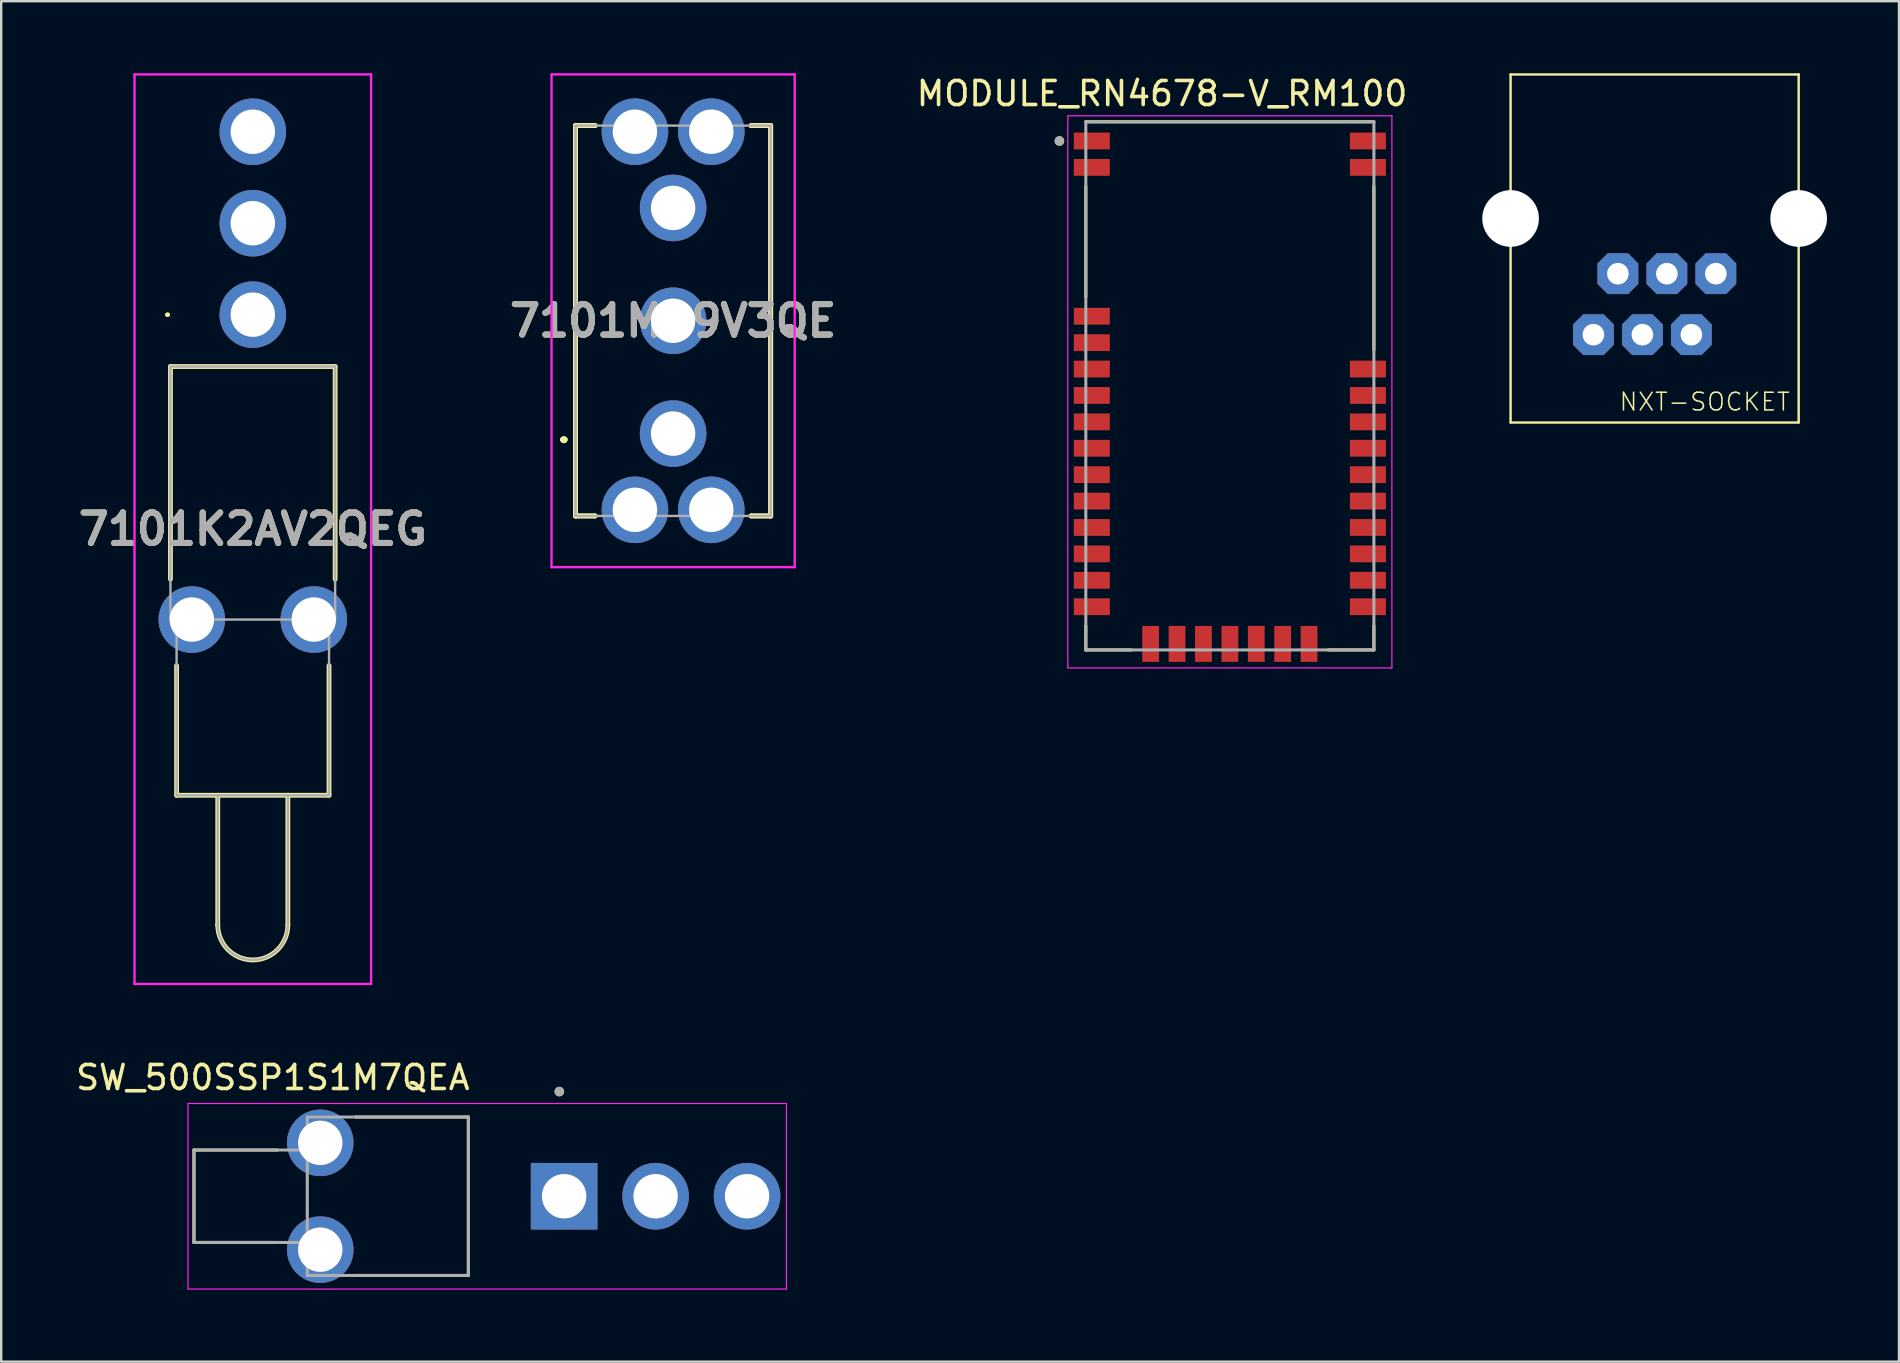
<source format=kicad_pcb>
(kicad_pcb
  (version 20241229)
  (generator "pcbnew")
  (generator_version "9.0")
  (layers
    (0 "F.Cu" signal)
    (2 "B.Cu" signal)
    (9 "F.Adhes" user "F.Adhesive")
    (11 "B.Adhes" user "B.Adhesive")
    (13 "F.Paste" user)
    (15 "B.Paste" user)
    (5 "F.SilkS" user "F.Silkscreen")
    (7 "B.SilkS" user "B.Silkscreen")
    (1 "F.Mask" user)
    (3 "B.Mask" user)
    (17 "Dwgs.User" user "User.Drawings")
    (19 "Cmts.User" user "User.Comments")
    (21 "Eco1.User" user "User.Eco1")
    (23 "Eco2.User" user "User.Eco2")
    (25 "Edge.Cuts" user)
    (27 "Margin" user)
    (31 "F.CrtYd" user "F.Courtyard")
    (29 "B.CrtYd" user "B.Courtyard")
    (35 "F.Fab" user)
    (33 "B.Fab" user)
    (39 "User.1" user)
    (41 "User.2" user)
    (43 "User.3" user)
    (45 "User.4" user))
  (footprint "SW_500SSP1S1M7QEA"
    (layer "F.Cu")
    (at 17.245 46.781)
    (property "Reference" "SW_500SSP1S1M7QEA" (at -8.93 -4.945 0) (layer "F.SilkS") (effects (font (size 1 1) (thickness 0.15))))
    (attr through_hole)
    (fp_line (start -12.215 -1.925) (end -12.215 1.925) (stroke (width 0.127) (type solid)) (layer "F.SilkS"))
    (fp_line (start -12.215 1.925) (end -8.735 1.925) (stroke (width 0.127) (type solid)) (layer "F.SilkS"))
    (fp_line (start -8.735 -1.925) (end -12.215 -1.925) (stroke (width 0.127) (type solid)) (layer "F.SilkS"))
    (fp_line (start -5.48 -3.3) (end -0.785 -3.3) (stroke (width 0.127) (type solid)) (layer "F.SilkS"))
    (fp_line (start -0.785 -3.3) (end -0.785 3.3) (stroke (width 0.127) (type solid)) (layer "F.SilkS"))
    (fp_line (start -0.785 3.3) (end -5.48 3.3) (stroke (width 0.127) (type solid)) (layer "F.SilkS"))
    (fp_circle (center 3.005 -4.36) (end 3.105 -4.36) (stroke (width 0.2) (type solid)) (fill no) (layer "F.SilkS"))
    (fp_line (start -12.465 -3.865) (end 12.465 -3.865) (stroke (width 0.05) (type solid)) (layer "F.CrtYd"))
    (fp_line (start -12.465 3.865) (end -12.465 -3.865) (stroke (width 0.05) (type solid)) (layer "F.CrtYd"))
    (fp_line (start 12.465 -3.865) (end 12.465 3.865) (stroke (width 0.05) (type solid)) (layer "F.CrtYd"))
    (fp_line (start 12.465 3.865) (end -12.465 3.865) (stroke (width 0.05) (type solid)) (layer "F.CrtYd"))
    (fp_line (start -12.215 -1.925) (end -12.215 1.925) (stroke (width 0.127) (type solid)) (layer "F.Fab"))
    (fp_line (start -12.215 1.925) (end -7.495 1.925) (stroke (width 0.127) (type solid)) (layer "F.Fab"))
    (fp_line (start -7.495 -3.3) (end -0.785 -3.3) (stroke (width 0.127) (type solid)) (layer "F.Fab"))
    (fp_line (start -7.495 -1.925) (end -12.215 -1.925) (stroke (width 0.127) (type solid)) (layer "F.Fab"))
    (fp_line (start -7.495 -1.925) (end -7.495 -3.3) (stroke (width 0.127) (type solid)) (layer "F.Fab"))
    (fp_line (start -7.495 1.925) (end -7.495 -1.925) (stroke (width 0.127) (type solid)) (layer "F.Fab"))
    (fp_line (start -7.495 3.3) (end -7.495 1.925) (stroke (width 0.127) (type solid)) (layer "F.Fab"))
    (fp_line (start -0.785 -3.3) (end -0.785 3.3) (stroke (width 0.127) (type solid)) (layer "F.Fab"))
    (fp_line (start -0.785 3.3) (end -7.495 3.3) (stroke (width 0.127) (type solid)) (layer "F.Fab"))
    (fp_circle (center 3.005 -4.36) (end 3.105 -4.36) (stroke (width 0.2) (type solid)) (fill no) (layer "F.Fab"))
    (pad "1" thru_hole rect (at 3.205 0) (size 2.775 2.775) (drill 1.85) (layers "*.Cu" "*.Mask"))
    (pad "2" thru_hole circle (at 7.015 0) (size 2.775 2.775) (drill 1.85) (layers "*.Cu" "*.Mask"))
    (pad "3" thru_hole circle (at 10.825 0) (size 2.775 2.775) (drill 1.85) (layers "*.Cu" "*.Mask"))
    (pad "SH1" thru_hole circle (at -6.955 2.225) (size 2.775 2.775) (drill 1.85) (layers "*.Cu" "*.Mask"))
    (pad "SH2" thru_hole circle (at -6.955 -2.225) (size 2.775 2.775) (drill 1.85) (layers "*.Cu" "*.Mask")))
  (footprint "7101MD9V3QE"
    (layer "F.Cu")
    (at 24.989 15.012)
    (property "Reference" "7101MD9V3QE" (at 0 -4.7 0) (layer "F.SilkS") (effects (font (size 1.27 1.27) (thickness 0.254))))
    (attr through_hole)
    (fp_line (start -4.6 0.25) (end -4.6 0.25) (stroke (width 0.2) (type solid)) (layer "F.SilkS"))
    (fp_line (start -4.6 0.25) (end -4.6 0.25) (stroke (width 0.2) (type solid)) (layer "F.SilkS"))
    (fp_line (start -4.5 0.25) (end -4.5 0.25) (stroke (width 0.2) (type solid)) (layer "F.SilkS"))
    (fp_line (start -4.065 -12.83) (end -4.065 -12.83) (stroke (width 0.2) (type solid)) (layer "F.SilkS"))
    (fp_line (start -4.065 -12.83) (end -4.065 -12.83) (stroke (width 0.2) (type solid)) (layer "F.SilkS"))
    (fp_line (start -4.065 -12.83) (end -4.065 3.43) (stroke (width 0.2) (type solid)) (layer "F.SilkS"))
    (fp_line (start -4.065 -12.83) (end -3.25 -12.83) (stroke (width 0.2) (type solid)) (layer "F.SilkS"))
    (fp_line (start -4.065 3.43) (end -4.065 -12.83) (stroke (width 0.2) (type solid)) (layer "F.SilkS"))
    (fp_line (start -4.065 3.43) (end -4.065 3.43) (stroke (width 0.2) (type solid)) (layer "F.SilkS"))
    (fp_line (start -4.065 3.43) (end -4.065 3.43) (stroke (width 0.2) (type solid)) (layer "F.SilkS"))
    (fp_line (start -4.065 3.43) (end -3.25 3.43) (stroke (width 0.2) (type solid)) (layer "F.SilkS"))
    (fp_line (start -3.25 -12.83) (end -4.065 -12.83) (stroke (width 0.2) (type solid)) (layer "F.SilkS"))
    (fp_line (start -3.25 -12.83) (end -3.25 -12.83) (stroke (width 0.2) (type solid)) (layer "F.SilkS"))
    (fp_line (start -3.25 3.43) (end -4.065 3.43) (stroke (width 0.2) (type solid)) (layer "F.SilkS"))
    (fp_line (start -3.25 3.43) (end -3.25 3.43) (stroke (width 0.2) (type solid)) (layer "F.SilkS"))
    (fp_line (start 3.25 -12.83) (end 3.25 -12.83) (stroke (width 0.2) (type solid)) (layer "F.SilkS"))
    (fp_line (start 3.25 -12.83) (end 4.065 -12.83) (stroke (width 0.2) (type solid)) (layer "F.SilkS"))
    (fp_line (start 3.25 3.43) (end 3.25 3.43) (stroke (width 0.2) (type solid)) (layer "F.SilkS"))
    (fp_line (start 3.25 3.43) (end 4.065 3.43) (stroke (width 0.2) (type solid)) (layer "F.SilkS"))
    (fp_line (start 4.065 -12.83) (end 3.25 -12.83) (stroke (width 0.2) (type solid)) (layer "F.SilkS"))
    (fp_line (start 4.065 -12.83) (end 4.065 -12.83) (stroke (width 0.2) (type solid)) (layer "F.SilkS"))
    (fp_line (start 4.065 -12.83) (end 4.065 -12.83) (stroke (width 0.2) (type solid)) (layer "F.SilkS"))
    (fp_line (start 4.065 -12.83) (end 4.065 3.43) (stroke (width 0.2) (type solid)) (layer "F.SilkS"))
    (fp_line (start 4.065 3.43) (end 3.25 3.43) (stroke (width 0.2) (type solid)) (layer "F.SilkS"))
    (fp_line (start 4.065 3.43) (end 4.065 -12.83) (stroke (width 0.2) (type solid)) (layer "F.SilkS"))
    (fp_line (start 4.065 3.43) (end 4.065 3.43) (stroke (width 0.2) (type solid)) (layer "F.SilkS"))
    (fp_line (start 4.065 3.43) (end 4.065 3.43) (stroke (width 0.2) (type solid)) (layer "F.SilkS"))
    (fp_arc (start -4.6 0.25) (mid -4.55 0.2) (end -4.5 0.25) (stroke (width 0.2) (type solid)) (layer "F.SilkS"))
    (fp_arc (start -4.5 0.25) (mid -4.55 0.3) (end -4.6 0.25) (stroke (width 0.2) (type solid)) (layer "F.SilkS"))
    (fp_arc (start -4.5 0.25) (mid -4.55 0.3) (end -4.6 0.25) (stroke (width 0.2) (type solid)) (layer "F.SilkS"))
    (fp_line (start -5.065 -14.962) (end 5.065 -14.962) (stroke (width 0.1) (type solid)) (layer "F.CrtYd"))
    (fp_line (start -5.065 5.563) (end -5.065 -14.962) (stroke (width 0.1) (type solid)) (layer "F.CrtYd"))
    (fp_line (start 5.065 -14.962) (end 5.065 5.563) (stroke (width 0.1) (type solid)) (layer "F.CrtYd"))
    (fp_line (start 5.065 5.563) (end -5.065 5.563) (stroke (width 0.1) (type solid)) (layer "F.CrtYd"))
    (fp_line (start -4.065 -12.83) (end -4.065 3.43) (stroke (width 0.1) (type solid)) (layer "F.Fab"))
    (fp_line (start -4.065 3.43) (end 4.065 3.43) (stroke (width 0.1) (type solid)) (layer "F.Fab"))
    (fp_line (start 4.065 -12.83) (end -4.065 -12.83) (stroke (width 0.1) (type solid)) (layer "F.Fab"))
    (fp_line (start 4.065 3.43) (end 4.065 -12.83) (stroke (width 0.1) (type solid)) (layer "F.Fab"))
    (fp_text user "${REFERENCE}" (at 0 -4.7 0) (layer "F.Fab") (effects (font (size 1.27 1.27) (thickness 0.254))))
    (pad "1" thru_hole circle (at 0 0) (size 2.775 2.775) (drill 1.85) (layers "*.Cu" "*.Mask"))
    (pad "2" thru_hole circle (at 0 -4.7) (size 2.775 2.775) (drill 1.85) (layers "*.Cu" "*.Mask"))
    (pad "3" thru_hole circle (at 0 -9.4) (size 2.775 2.775) (drill 1.85) (layers "*.Cu" "*.Mask"))
    (pad "MH1" thru_hole circle (at -1.59 3.175) (size 2.775 2.775) (drill 1.85) (layers "*.Cu" "*.Mask"))
    (pad "MH2" thru_hole circle (at 1.59 3.175) (size 2.775 2.775) (drill 1.85) (layers "*.Cu" "*.Mask"))
    (pad "MH3" thru_hole circle (at -1.59 -12.575) (size 2.775 2.775) (drill 1.85) (layers "*.Cu" "*.Mask"))
    (pad "MH4" thru_hole circle (at 1.59 -12.575) (size 2.775 2.775) (drill 1.85) (layers "*.Cu" "*.Mask")))
  (footprint "7101K2AV2QEG"
    (layer "F.Cu")
    (at 7.481 10.058)
    (property "Reference" "7101K2AV2QEG" (at 0 8.936 0) (layer "F.SilkS") (effects (font (size 1.27 1.27) (thickness 0.254))))
    (attr through_hole)
    (fp_line (start -3.6 0) (end -3.6 0) (stroke (width 0.1) (type solid)) (layer "F.SilkS"))
    (fp_line (start -3.5 0) (end -3.5 0) (stroke (width 0.1) (type solid)) (layer "F.SilkS"))
    (fp_line (start -3.43 2.16) (end 3.43 2.16) (stroke (width 0.2) (type solid)) (layer "F.SilkS"))
    (fp_line (start -3.43 11.02) (end -3.43 2.16) (stroke (width 0.2) (type solid)) (layer "F.SilkS"))
    (fp_line (start -3.175 14.62) (end -3.175 20.02) (stroke (width 0.2) (type solid)) (layer "F.SilkS"))
    (fp_line (start -3.175 20.02) (end 3.175 20.02) (stroke (width 0.2) (type solid)) (layer "F.SilkS"))
    (fp_line (start -1.46 20.02) (end -1.46 25.42) (stroke (width 0.2) (type solid)) (layer "F.SilkS"))
    (fp_line (start -1.46 25.42) (end -1.46 25.42) (stroke (width 0.2) (type solid)) (layer "F.SilkS"))
    (fp_line (start 1.46 25.42) (end 1.46 20.02) (stroke (width 0.2) (type solid)) (layer "F.SilkS"))
    (fp_line (start 3.175 20.02) (end 3.175 14.62) (stroke (width 0.2) (type solid)) (layer "F.SilkS"))
    (fp_line (start 3.43 2.16) (end 3.43 11.02) (stroke (width 0.2) (type solid)) (layer "F.SilkS"))
    (fp_arc (start -3.6 0) (mid -3.55 -0.05) (end -3.5 0) (stroke (width 0.1) (type solid)) (layer "F.SilkS"))
    (fp_arc (start -3.5 0) (mid -3.55 0.05) (end -3.6 0) (stroke (width 0.1) (type solid)) (layer "F.SilkS"))
    (fp_arc (start 1.46 25.42) (mid 0 26.88) (end -1.46 25.42) (stroke (width 0.2) (type solid)) (layer "F.SilkS"))
    (fp_line (start -4.928 -10.008) (end 4.928 -10.008) (stroke (width 0.1) (type solid)) (layer "F.CrtYd"))
    (fp_line (start -4.928 27.88) (end -4.928 -10.008) (stroke (width 0.1) (type solid)) (layer "F.CrtYd"))
    (fp_line (start 4.928 -10.008) (end 4.928 27.88) (stroke (width 0.1) (type solid)) (layer "F.CrtYd"))
    (fp_line (start 4.928 27.88) (end -4.928 27.88) (stroke (width 0.1) (type solid)) (layer "F.CrtYd"))
    (fp_line (start -3.43 2.16) (end 3.43 2.16) (stroke (width 0.1) (type solid)) (layer "F.Fab"))
    (fp_line (start -3.43 12.7) (end -3.43 2.16) (stroke (width 0.1) (type solid)) (layer "F.Fab"))
    (fp_line (start -3.175 12.7) (end -3.175 20.02) (stroke (width 0.1) (type solid)) (layer "F.Fab"))
    (fp_line (start -3.175 20.02) (end 3.175 20.02) (stroke (width 0.1) (type solid)) (layer "F.Fab"))
    (fp_line (start -1.46 20.02) (end -1.46 25.42) (stroke (width 0.1) (type solid)) (layer "F.Fab"))
    (fp_line (start -1.46 25.42) (end -1.46 25.42) (stroke (width 0.1) (type solid)) (layer "F.Fab"))
    (fp_line (start 1.46 25.42) (end 1.46 20.02) (stroke (width 0.1) (type solid)) (layer "F.Fab"))
    (fp_line (start 3.175 20.02) (end 3.175 12.7) (stroke (width 0.1) (type solid)) (layer "F.Fab"))
    (fp_line (start 3.43 2.16) (end 3.43 12.7) (stroke (width 0.1) (type solid)) (layer "F.Fab"))
    (fp_line (start 3.43 12.7) (end -3.43 12.7) (stroke (width 0.1) (type solid)) (layer "F.Fab"))
    (fp_arc (start 1.46 25.42) (mid 0 26.88) (end -1.46 25.42) (stroke (width 0.1) (type solid)) (layer "F.Fab"))
    (fp_text user "${REFERENCE}" (at 0 8.936 0) (layer "F.Fab") (effects (font (size 1.27 1.27) (thickness 0.254))))
    (pad "1" thru_hole circle (at 0 0) (size 2.775 2.775) (drill 1.85) (layers "*.Cu" "*.Mask"))
    (pad "2" thru_hole circle (at 0 -3.81) (size 2.775 2.775) (drill 1.85) (layers "*.Cu" "*.Mask"))
    (pad "3" thru_hole circle (at 0 -7.62) (size 2.775 2.775) (drill 1.85) (layers "*.Cu" "*.Mask"))
    (pad "MH1" thru_hole circle (at -2.54 12.7) (size 2.775 2.775) (drill 1.85) (layers "*.Cu" "*.Mask"))
    (pad "MH2" thru_hole circle (at 2.54 12.7) (size 2.775 2.775) (drill 1.85) (layers "*.Cu" "*.Mask")))
  (footprint "MODULE_RN4678-V_RM100"
    (layer "F.Cu")
    (at 48.181 13.023)
    (property "Reference" "MODULE_RN4678-V_RM100" (at -2.825 -12.175 0) (layer "F.SilkS") (effects (font (size 1 1) (thickness 0.15))))
    (attr smd)
    (fp_line (start -6 -11) (end 6 -11) (stroke (width 0.127) (type solid)) (layer "F.SilkS"))
    (fp_line (start -6 -8.3) (end -6 -3.7) (stroke (width 0.127) (type solid)) (layer "F.SilkS"))
    (fp_line (start -6 10) (end -6 11) (stroke (width 0.127) (type solid)) (layer "F.SilkS"))
    (fp_line (start -6 11) (end -4.1 11) (stroke (width 0.127) (type solid)) (layer "F.SilkS"))
    (fp_line (start 4.1 11) (end 6 11) (stroke (width 0.127) (type solid)) (layer "F.SilkS"))
    (fp_line (start 6 -8.3) (end 6 -1.5) (stroke (width 0.127) (type solid)) (layer "F.SilkS"))
    (fp_line (start 6 11) (end 6 10) (stroke (width 0.127) (type solid)) (layer "F.SilkS"))
    (fp_circle (center -7.1 -10.2) (end -7 -10.2) (stroke (width 0.2) (type solid)) (fill no) (layer "F.SilkS"))
    (fp_line (start -6.75 -11.25) (end 6.75 -11.25) (stroke (width 0.05) (type solid)) (layer "F.CrtYd"))
    (fp_line (start -6.75 11.75) (end -6.75 -11.25) (stroke (width 0.05) (type solid)) (layer "F.CrtYd"))
    (fp_line (start 6.75 -11.25) (end 6.75 11.75) (stroke (width 0.05) (type solid)) (layer "F.CrtYd"))
    (fp_line (start 6.75 11.75) (end -6.75 11.75) (stroke (width 0.05) (type solid)) (layer "F.CrtYd"))
    (fp_line (start -6 -11) (end 6 -11) (stroke (width 0.127) (type solid)) (layer "F.Fab"))
    (fp_line (start -6 11) (end -6 -11) (stroke (width 0.127) (type solid)) (layer "F.Fab"))
    (fp_line (start 6 -11) (end 6 11) (stroke (width 0.127) (type solid)) (layer "F.Fab"))
    (fp_line (start 6 11) (end -6 11) (stroke (width 0.127) (type solid)) (layer "F.Fab"))
    (fp_circle (center -7.1 -10.2) (end -7 -10.2) (stroke (width 0.2) (type solid)) (fill no) (layer "F.Fab"))
    (pad "1" smd rect (at -5.75 -10.2) (size 1.5 0.7) (layers "F.Cu" "F.Mask" "F.Paste"))
    (pad "2" smd rect (at -5.75 -9.1) (size 1.5 0.7) (layers "F.Cu" "F.Mask" "F.Paste"))
    (pad "3" smd rect (at -5.75 -2.9) (size 1.5 0.7) (layers "F.Cu" "F.Mask" "F.Paste"))
    (pad "4" smd rect (at -5.75 -1.8) (size 1.5 0.7) (layers "F.Cu" "F.Mask" "F.Paste"))
    (pad "5" smd rect (at -5.75 -0.7) (size 1.5 0.7) (layers "F.Cu" "F.Mask" "F.Paste"))
    (pad "6" smd rect (at -5.75 0.4) (size 1.5 0.7) (layers "F.Cu" "F.Mask" "F.Paste"))
    (pad "7" smd rect (at -5.75 1.5) (size 1.5 0.7) (layers "F.Cu" "F.Mask" "F.Paste"))
    (pad "8" smd rect (at -5.75 2.6) (size 1.5 0.7) (layers "F.Cu" "F.Mask" "F.Paste"))
    (pad "9" smd rect (at -5.75 3.7) (size 1.5 0.7) (layers "F.Cu" "F.Mask" "F.Paste"))
    (pad "10" smd rect (at -5.75 4.8) (size 1.5 0.7) (layers "F.Cu" "F.Mask" "F.Paste"))
    (pad "11" smd rect (at -5.75 5.9) (size 1.5 0.7) (layers "F.Cu" "F.Mask" "F.Paste"))
    (pad "12" smd rect (at -5.75 7) (size 1.5 0.7) (layers "F.Cu" "F.Mask" "F.Paste"))
    (pad "13" smd rect (at -5.75 8.1) (size 1.5 0.7) (layers "F.Cu" "F.Mask" "F.Paste"))
    (pad "14" smd rect (at -5.75 9.2) (size 1.5 0.7) (layers "F.Cu" "F.Mask" "F.Paste"))
    (pad "15" smd rect (at -3.3 10.75 90) (size 1.5 0.7) (layers "F.Cu" "F.Mask" "F.Paste"))
    (pad "16" smd rect (at -2.2 10.75 90) (size 1.5 0.7) (layers "F.Cu" "F.Mask" "F.Paste"))
    (pad "17" smd rect (at -1.1 10.75 90) (size 1.5 0.7) (layers "F.Cu" "F.Mask" "F.Paste"))
    (pad "18" smd rect (at 0 10.75 90) (size 1.5 0.7) (layers "F.Cu" "F.Mask" "F.Paste"))
    (pad "19" smd rect (at 1.1 10.75 90) (size 1.5 0.7) (layers "F.Cu" "F.Mask" "F.Paste"))
    (pad "20" smd rect (at 2.2 10.75 90) (size 1.5 0.7) (layers "F.Cu" "F.Mask" "F.Paste"))
    (pad "21" smd rect (at 3.3 10.75 90) (size 1.5 0.7) (layers "F.Cu" "F.Mask" "F.Paste"))
    (pad "22" smd rect (at 5.75 9.2 180) (size 1.5 0.7) (layers "F.Cu" "F.Mask" "F.Paste"))
    (pad "23" smd rect (at 5.75 8.1 180) (size 1.5 0.7) (layers "F.Cu" "F.Mask" "F.Paste"))
    (pad "24" smd rect (at 5.75 7 180) (size 1.5 0.7) (layers "F.Cu" "F.Mask" "F.Paste"))
    (pad "25" smd rect (at 5.75 5.9 180) (size 1.5 0.7) (layers "F.Cu" "F.Mask" "F.Paste"))
    (pad "26" smd rect (at 5.75 4.8 180) (size 1.5 0.7) (layers "F.Cu" "F.Mask" "F.Paste"))
    (pad "27" smd rect (at 5.75 3.7 180) (size 1.5 0.7) (layers "F.Cu" "F.Mask" "F.Paste"))
    (pad "28" smd rect (at 5.75 2.6 180) (size 1.5 0.7) (layers "F.Cu" "F.Mask" "F.Paste"))
    (pad "29" smd rect (at 5.75 1.5 180) (size 1.5 0.7) (layers "F.Cu" "F.Mask" "F.Paste"))
    (pad "30" smd rect (at 5.75 0.4 180) (size 1.5 0.7) (layers "F.Cu" "F.Mask" "F.Paste"))
    (pad "31" smd rect (at 5.75 -0.7 180) (size 1.5 0.7) (layers "F.Cu" "F.Mask" "F.Paste"))
    (pad "32" smd rect (at 5.75 -9.1 180) (size 1.5 0.7) (layers "F.Cu" "F.Mask" "F.Paste"))
    (pad "33" smd rect (at 5.75 -10.2 180) (size 1.5 0.7) (layers "F.Cu" "F.Mask" "F.Paste"))
    (zone (net_name "") (layer "F.Cu") (hatch full 0.508) (connect_pads) (min_thickness 0.01) (filled_areas_thickness no) (keepout (tracks not_allowed) (vias not_allowed) (pads not_allowed) (copperpour not_allowed) (footprints allowed)) (placement (enabled no)) (fill) (polygon (pts (xy 51.081 6.023) (xy 54.181 6.023) (xy 54.181 9.123) (xy 51.081 9.123))))
    (zone (net_name "") (layers "F.Cu" "B.Cu") (hatch full 0.508) (connect_pads) (min_thickness 0.01) (filled_areas_thickness no) (keepout (tracks allowed) (vias not_allowed) (pads allowed) (copperpour allowed) (footprints allowed)) (placement (enabled no)) (fill) (polygon (pts (xy 51.081 6.023) (xy 54.181 6.023) (xy 54.181 9.123) (xy 51.081 9.123)))))
  (footprint "NXT-SOCKET"
    (layer "F.Cu")
    (at 65.865 6.128)
    (property "Reference" "NXT-SOCKET" (at 5.694 7.99 0) (layer "F.SilkS") (effects (font (size 0.736 0.736) (thickness 0.064)) (justify right bottom)))
    (fp_line (start -5.99 -6.077) (end 6.01 -6.077) (stroke (width 0.1) (type solid)) (layer "F.SilkS"))
    (fp_line (start -5.99 8.422) (end -5.99 -6.077) (stroke (width 0.1) (type solid)) (layer "F.SilkS"))
    (fp_line (start -5.99 8.422) (end 6.01 8.422) (stroke (width 0.1) (type solid)) (layer "F.SilkS"))
    (fp_line (start 6.01 8.422) (end 6.01 -6.077) (stroke (width 0.1) (type solid)) (layer "F.SilkS"))
    (pad "" np_thru_hole circle (at -5.99 -0.077) (size 2.36 2.36) (drill 2.36) (layers "*.Cu" "*.Mask"))
    (pad "" np_thru_hole circle (at 6.01 -0.077) (size 2.36 2.36) (drill 2.36) (layers "*.Cu" "*.Mask"))
    (pad "1" thru_hole roundrect (at -2.54 4.763) (size 1.7 1.7) (drill 0.9) (layers "*.Cu" "*.Mask") (roundrect_rratio 0.25) (chamfer_ratio 0.25) (chamfer top_left top_right bottom_left bottom_right))
    (pad "2" thru_hole roundrect (at -1.52 2.223) (size 1.7 1.7) (drill 0.9) (layers "*.Cu" "*.Mask") (roundrect_rratio 0.25) (chamfer_ratio 0.25) (chamfer top_left top_right bottom_left bottom_right))
    (pad "3" thru_hole roundrect (at -0.5 4.763) (size 1.7 1.7) (drill 0.9) (layers "*.Cu" "*.Mask") (roundrect_rratio 0.25) (chamfer_ratio 0.25) (chamfer top_left top_right bottom_left bottom_right))
    (pad "4" thru_hole roundrect (at 0.52 2.223) (size 1.7 1.7) (drill 0.9) (layers "*.Cu" "*.Mask") (roundrect_rratio 0.25) (chamfer_ratio 0.25) (chamfer top_left top_right bottom_left bottom_right))
    (pad "5" thru_hole roundrect (at 1.54 4.763) (size 1.7 1.7) (drill 0.9) (layers "*.Cu" "*.Mask") (roundrect_rratio 0.25) (chamfer_ratio 0.25) (chamfer top_left top_right bottom_left bottom_right))
    (pad "6" thru_hole roundrect (at 2.56 2.223) (size 1.7 1.7) (drill 0.9) (layers "*.Cu" "*.Mask") (roundrect_rratio 0.25) (chamfer_ratio 0.25) (chamfer top_left top_right bottom_left bottom_right)))
  (gr_rect
    (start -3 -3)
    (end 76.055 53.671)
    (stroke (width 0.1) (type default))
    (fill no)
    (layer "Edge.Cuts")))
</source>
